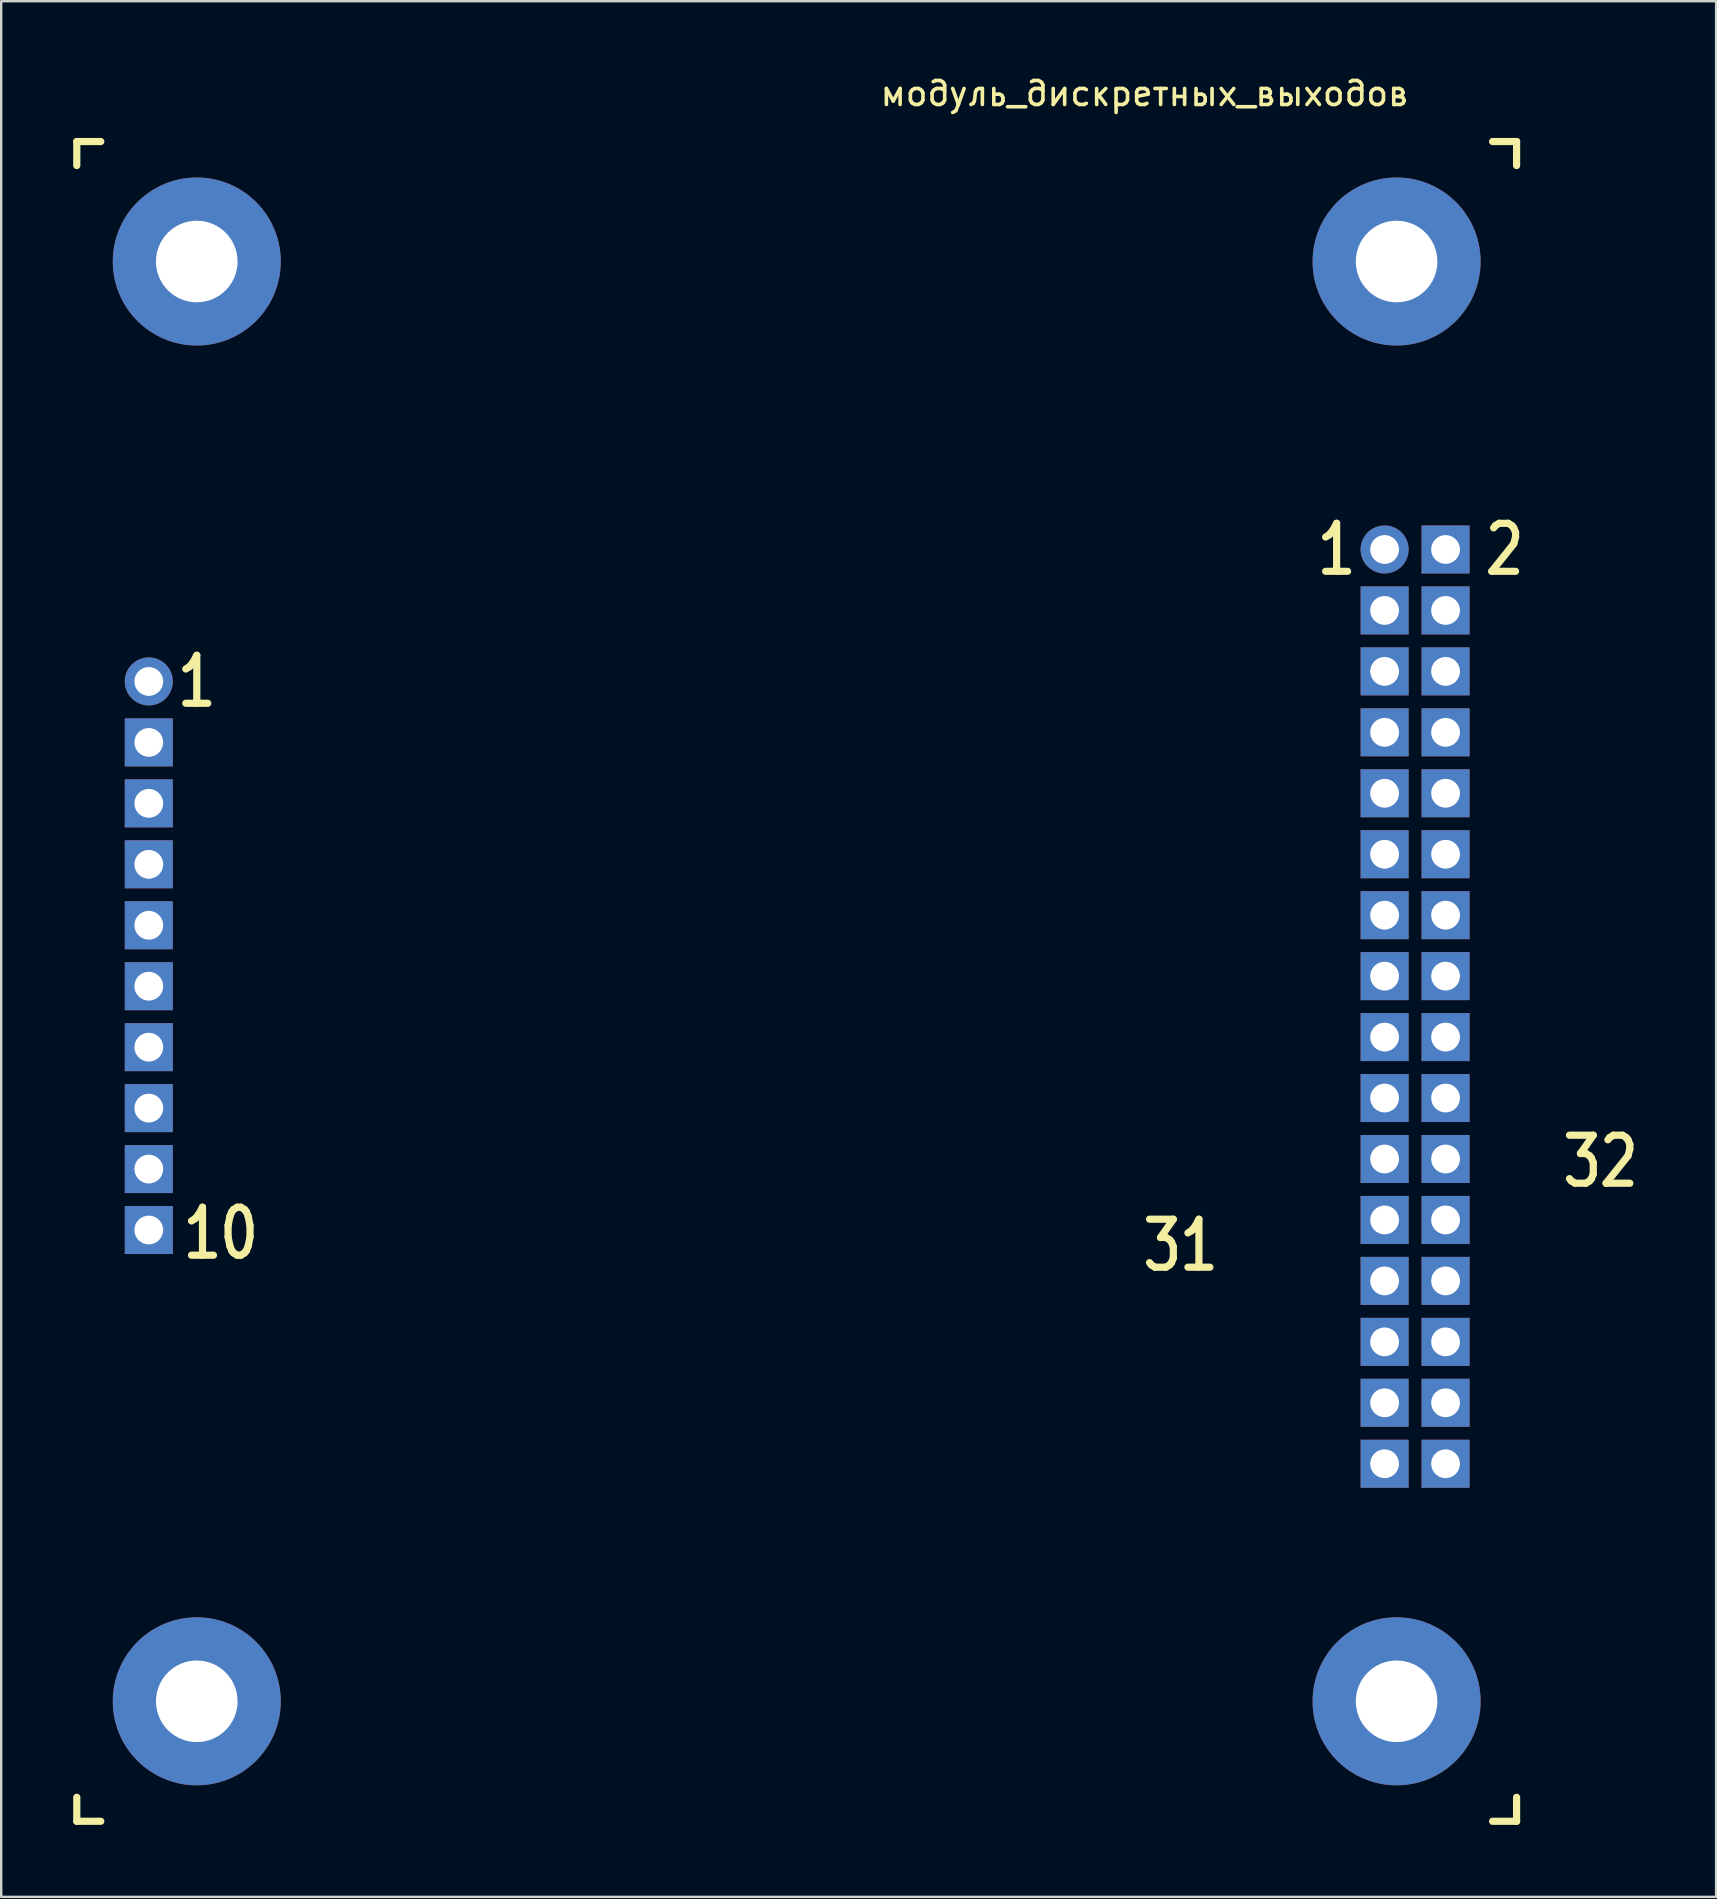
<source format=kicad_pcb>
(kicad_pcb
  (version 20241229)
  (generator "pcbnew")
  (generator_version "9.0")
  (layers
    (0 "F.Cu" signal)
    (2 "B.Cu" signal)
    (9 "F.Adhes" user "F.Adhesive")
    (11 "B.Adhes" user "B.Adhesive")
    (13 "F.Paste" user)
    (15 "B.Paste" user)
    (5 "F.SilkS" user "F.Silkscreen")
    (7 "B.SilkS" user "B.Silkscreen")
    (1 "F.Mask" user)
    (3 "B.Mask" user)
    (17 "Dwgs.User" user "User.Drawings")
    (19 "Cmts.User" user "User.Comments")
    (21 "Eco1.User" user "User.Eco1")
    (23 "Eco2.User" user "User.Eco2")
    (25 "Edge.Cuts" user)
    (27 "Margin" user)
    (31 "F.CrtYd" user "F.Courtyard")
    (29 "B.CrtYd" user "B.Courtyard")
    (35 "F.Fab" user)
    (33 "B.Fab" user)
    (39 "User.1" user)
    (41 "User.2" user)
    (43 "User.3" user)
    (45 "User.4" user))
  (footprint "модуль_дискретных_выходов"
    (layer "F.Cu")
    (at 3.15 25.348)
    (property "Reference" "модуль_дискретных_выходов" (at 41.5 -24.5 0) (layer "F.SilkS") (effects (font (size 1 1) (thickness 0.15))))
    (attr through_hole)
    (fp_line (start -3 -22.5) (end -3 -21.5) (stroke (width 0.3) (type solid)) (layer "F.SilkS"))
    (fp_line (start -3 -22.5) (end -2 -22.5) (stroke (width 0.3) (type solid)) (layer "F.SilkS"))
    (fp_line (start -3 47.5) (end -3 46.5) (stroke (width 0.3) (type solid)) (layer "F.SilkS"))
    (fp_line (start -3 47.5) (end -2 47.5) (stroke (width 0.3) (type solid)) (layer "F.SilkS"))
    (fp_line (start 57 -22.5) (end 56 -22.5) (stroke (width 0.3) (type solid)) (layer "F.SilkS"))
    (fp_line (start 57 -22.5) (end 57 -21.5) (stroke (width 0.3) (type solid)) (layer "F.SilkS"))
    (fp_line (start 57 47.5) (end 56 47.5) (stroke (width 0.3) (type solid)) (layer "F.SilkS"))
    (fp_line (start 57 47.5) (end 57 46.5) (stroke (width 0.3) (type solid)) (layer "F.SilkS"))
    (fp_text user "2" (at 56.5 -5.5 0) (layer "F.SilkS") (effects (font (size 2 1.6) (thickness 0.3))))
    (fp_text user "1" (at 49.5 -5.5 0) (layer "F.SilkS") (effects (font (size 2 1.6) (thickness 0.3))))
    (fp_text user "1" (at 2 0 0) (layer "F.SilkS") (effects (font (size 2 1.6) (thickness 0.3))))
    (fp_text user "32" (at 60.5 20 0) (layer "F.SilkS") (effects (font (size 2 1.6) (thickness 0.3))))
    (fp_text user "31" (at 43 23.5 0) (layer "F.SilkS") (effects (font (size 2 1.6) (thickness 0.3))))
    (fp_text user "10" (at 3 23 0) (layer "F.SilkS") (effects (font (size 2 1.6) (thickness 0.3))))
    (pad "" thru_hole circle (at 2 -17.5) (size 7 7) (drill 3.4) (layers "*.Cu" "*.Mask"))
    (pad "" thru_hole circle (at 2 42.5) (size 7 7) (drill 3.4) (layers "*.Cu" "*.Mask"))
    (pad "" thru_hole circle (at 52 -17.5) (size 7 7) (drill 3.4) (layers "*.Cu" "*.Mask"))
    (pad "" thru_hole circle (at 52 42.5) (size 7 7) (drill 3.4) (layers "*.Cu" "*.Mask"))
    (pad "1" thru_hole circle (at 0 0) (size 2 2) (drill 1.2) (layers "*.Cu" "*.Mask"))
    (pad "2" thru_hole rect (at 0 2.54) (size 2 2) (drill 1.2) (layers "*.Cu" "*.Mask"))
    (pad "3" thru_hole rect (at 0 5.08) (size 2 2) (drill 1.2) (layers "*.Cu" "*.Mask"))
    (pad "4" thru_hole rect (at 0 7.62) (size 2 2) (drill 1.2) (layers "*.Cu" "*.Mask"))
    (pad "5" thru_hole rect (at 0 10.16) (size 2 2) (drill 1.2) (layers "*.Cu" "*.Mask"))
    (pad "6" thru_hole rect (at 0 12.7) (size 2 2) (drill 1.2) (layers "*.Cu" "*.Mask"))
    (pad "7" thru_hole rect (at 0 15.24) (size 2 2) (drill 1.2) (layers "*.Cu" "*.Mask"))
    (pad "8" thru_hole rect (at 0 17.78) (size 2 2) (drill 1.2) (layers "*.Cu" "*.Mask"))
    (pad "9" thru_hole rect (at 0 20.32) (size 2 2) (drill 1.2) (layers "*.Cu" "*.Mask"))
    (pad "10" thru_hole rect (at 0 22.86) (size 2 2) (drill 1.2) (layers "*.Cu" "*.Mask"))
    (pad "11" thru_hole circle (at 51.5 -5.5) (size 2 2) (drill 1.2) (layers "*.Cu" "*.Mask"))
    (pad "11" thru_hole rect (at 54.04 -5.5) (size 2 2) (drill 1.2) (layers "*.Cu" "*.Mask"))
    (pad "12" thru_hole rect (at 51.5 -2.96) (size 2 2) (drill 1.2) (layers "*.Cu" "*.Mask"))
    (pad "12" thru_hole rect (at 54.04 -2.96) (size 2 2) (drill 1.2) (layers "*.Cu" "*.Mask"))
    (pad "13" thru_hole rect (at 51.5 -0.42) (size 2 2) (drill 1.2) (layers "*.Cu" "*.Mask"))
    (pad "13" thru_hole rect (at 54.04 -0.42) (size 2 2) (drill 1.2) (layers "*.Cu" "*.Mask"))
    (pad "14" thru_hole rect (at 51.5 2.12) (size 2 2) (drill 1.2) (layers "*.Cu" "*.Mask"))
    (pad "14" thru_hole rect (at 54.04 2.12) (size 2 2) (drill 1.2) (layers "*.Cu" "*.Mask"))
    (pad "15" thru_hole rect (at 51.5 4.66) (size 2 2) (drill 1.2) (layers "*.Cu" "*.Mask"))
    (pad "15" thru_hole rect (at 54.04 4.66) (size 2 2) (drill 1.2) (layers "*.Cu" "*.Mask"))
    (pad "16" thru_hole rect (at 51.5 7.2) (size 2 2) (drill 1.2) (layers "*.Cu" "*.Mask"))
    (pad "16" thru_hole rect (at 54.04 7.2) (size 2 2) (drill 1.2) (layers "*.Cu" "*.Mask"))
    (pad "17" thru_hole rect (at 51.5 9.74) (size 2 2) (drill 1.2) (layers "*.Cu" "*.Mask"))
    (pad "17" thru_hole rect (at 54.04 9.74) (size 2 2) (drill 1.2) (layers "*.Cu" "*.Mask"))
    (pad "18" thru_hole rect (at 51.5 12.28) (size 2 2) (drill 1.2) (layers "*.Cu" "*.Mask"))
    (pad "18" thru_hole rect (at 54.04 12.28) (size 2 2) (drill 1.2) (layers "*.Cu" "*.Mask"))
    (pad "19" thru_hole rect (at 51.5 14.82) (size 2 2) (drill 1.2) (layers "*.Cu" "*.Mask"))
    (pad "19" thru_hole rect (at 54.04 14.82) (size 2 2) (drill 1.2) (layers "*.Cu" "*.Mask"))
    (pad "20" thru_hole rect (at 51.5 17.36) (size 2 2) (drill 1.2) (layers "*.Cu" "*.Mask"))
    (pad "20" thru_hole rect (at 54.04 17.36) (size 2 2) (drill 1.2) (layers "*.Cu" "*.Mask"))
    (pad "21" thru_hole rect (at 51.5 19.9) (size 2 2) (drill 1.2) (layers "*.Cu" "*.Mask"))
    (pad "21" thru_hole rect (at 54.04 19.9) (size 2 2) (drill 1.2) (layers "*.Cu" "*.Mask"))
    (pad "23" thru_hole rect (at 51.5 22.44) (size 2 2) (drill 1.2) (layers "*.Cu" "*.Mask"))
    (pad "23" thru_hole rect (at 54.04 22.44) (size 2 2) (drill 1.2) (layers "*.Cu" "*.Mask"))
    (pad "24" thru_hole rect (at 51.5 24.98) (size 2 2) (drill 1.2) (layers "*.Cu" "*.Mask"))
    (pad "24" thru_hole rect (at 54.04 24.98) (size 2 2) (drill 1.2) (layers "*.Cu" "*.Mask"))
    (pad "25" thru_hole rect (at 51.5 27.52) (size 2 2) (drill 1.2) (layers "*.Cu" "*.Mask"))
    (pad "25" thru_hole rect (at 54.04 27.52) (size 2 2) (drill 1.2) (layers "*.Cu" "*.Mask"))
    (pad "26" thru_hole rect (at 51.5 30.06) (size 2 2) (drill 1.2) (layers "*.Cu" "*.Mask"))
    (pad "26" thru_hole rect (at 54.04 30.06) (size 2 2) (drill 1.2) (layers "*.Cu" "*.Mask"))
    (pad "27" thru_hole rect (at 51.5 32.6) (size 2 2) (drill 1.2) (layers "*.Cu" "*.Mask"))
    (pad "27" thru_hole rect (at 54.04 32.6) (size 2 2) (drill 1.2) (layers "*.Cu" "*.Mask")))
  (gr_rect
    (start -3 -3)
    (end 68.464 75.998)
    (stroke (width 0.1) (type default))
    (fill no)
    (layer "Edge.Cuts")))
</source>
